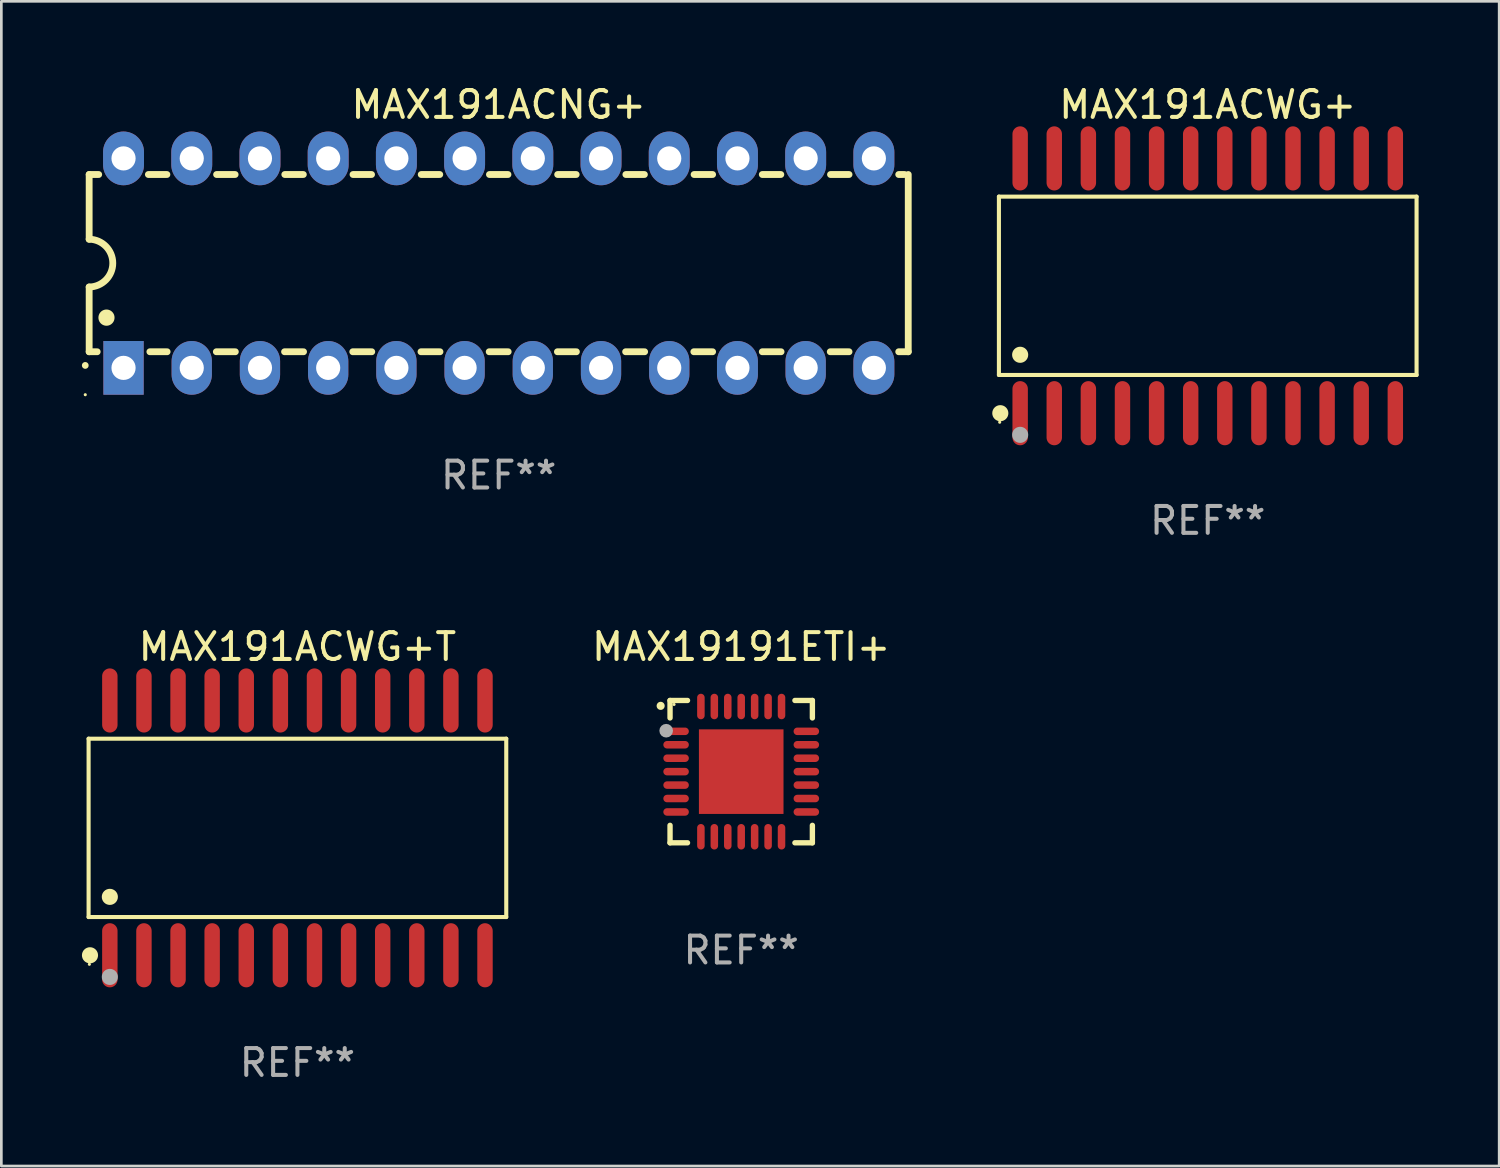
<source format=kicad_pcb>
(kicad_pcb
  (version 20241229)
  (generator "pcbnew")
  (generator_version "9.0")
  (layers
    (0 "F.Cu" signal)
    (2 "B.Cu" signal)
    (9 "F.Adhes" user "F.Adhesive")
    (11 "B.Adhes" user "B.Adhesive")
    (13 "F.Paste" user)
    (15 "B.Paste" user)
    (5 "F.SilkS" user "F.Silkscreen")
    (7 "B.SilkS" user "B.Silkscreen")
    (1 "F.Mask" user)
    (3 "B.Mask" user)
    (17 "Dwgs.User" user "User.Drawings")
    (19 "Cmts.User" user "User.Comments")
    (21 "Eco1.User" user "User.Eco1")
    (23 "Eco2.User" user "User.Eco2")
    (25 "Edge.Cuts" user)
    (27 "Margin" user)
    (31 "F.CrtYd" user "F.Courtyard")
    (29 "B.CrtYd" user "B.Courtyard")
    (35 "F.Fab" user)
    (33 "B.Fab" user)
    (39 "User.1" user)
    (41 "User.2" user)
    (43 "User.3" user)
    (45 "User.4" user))
  (footprint "MAX191ACWG+"
    (layer "F.Cu")
    (at 41.922 7.592)
    (property "Reference" "MAX191ACWG+" (at 0 -6.744 0) (layer "F.SilkS") (effects (font (size 1 1) (thickness 0.15))))
    (attr through_hole)
    (fp_line (start -7.776 -3.321) (end 7.776 -3.321) (stroke (width 0.152) (type solid)) (layer "F.SilkS"))
    (fp_line (start -7.776 3.321) (end -7.776 -3.321) (stroke (width 0.152) (type solid)) (layer "F.SilkS"))
    (fp_line (start 7.776 -3.321) (end 7.776 3.321) (stroke (width 0.152) (type solid)) (layer "F.SilkS"))
    (fp_line (start 7.776 3.321) (end -7.776 3.321) (stroke (width 0.152) (type solid)) (layer "F.SilkS"))
    (fp_circle (center -7.747 5.08) (end -7.717 5.08) (stroke (width 0.06) (type solid)) (fill no) (layer "F.SilkS"))
    (fp_circle (center -7.724 4.744) (end -7.574 4.744) (stroke (width 0.3) (type solid)) (fill no) (layer "F.SilkS"))
    (fp_circle (center -6.985 2.569) (end -6.835 2.569) (stroke (width 0.3) (type solid)) (fill no) (layer "F.SilkS"))
    (fp_circle (center -6.985 5.55) (end -6.835 5.55) (stroke (width 0.3) (type solid)) (fill no) (layer "F.Fab"))
    (fp_text user "REF**" (at 0 8.744 0) (layer "F.Fab") (effects (font (size 1 1) (thickness 0.15))))
    (pad "1" smd oval (at -6.985 4.744) (size 0.574 2.388) (layers "F.Cu" "F.Mask" "F.Paste"))
    (pad "2" smd oval (at -5.715 4.744) (size 0.574 2.388) (layers "F.Cu" "F.Mask" "F.Paste"))
    (pad "3" smd oval (at -4.445 4.744) (size 0.574 2.388) (layers "F.Cu" "F.Mask" "F.Paste"))
    (pad "4" smd oval (at -3.175 4.744) (size 0.574 2.388) (layers "F.Cu" "F.Mask" "F.Paste"))
    (pad "5" smd oval (at -1.905 4.744) (size 0.574 2.388) (layers "F.Cu" "F.Mask" "F.Paste"))
    (pad "6" smd oval (at -0.635 4.744) (size 0.574 2.388) (layers "F.Cu" "F.Mask" "F.Paste"))
    (pad "7" smd oval (at 0.635 4.744) (size 0.574 2.388) (layers "F.Cu" "F.Mask" "F.Paste"))
    (pad "8" smd oval (at 1.905 4.744) (size 0.574 2.388) (layers "F.Cu" "F.Mask" "F.Paste"))
    (pad "9" smd oval (at 3.175 4.744) (size 0.574 2.388) (layers "F.Cu" "F.Mask" "F.Paste"))
    (pad "10" smd oval (at 4.445 4.744) (size 0.574 2.388) (layers "F.Cu" "F.Mask" "F.Paste"))
    (pad "11" smd oval (at 5.715 4.744) (size 0.574 2.388) (layers "F.Cu" "F.Mask" "F.Paste"))
    (pad "12" smd oval (at 6.985 4.744) (size 0.574 2.388) (layers "F.Cu" "F.Mask" "F.Paste"))
    (pad "13" smd oval (at 6.985 -4.744) (size 0.574 2.388) (layers "F.Cu" "F.Mask" "F.Paste"))
    (pad "14" smd oval (at 5.715 -4.744) (size 0.574 2.388) (layers "F.Cu" "F.Mask" "F.Paste"))
    (pad "15" smd oval (at 4.445 -4.744) (size 0.574 2.388) (layers "F.Cu" "F.Mask" "F.Paste"))
    (pad "16" smd oval (at 3.175 -4.744) (size 0.574 2.388) (layers "F.Cu" "F.Mask" "F.Paste"))
    (pad "17" smd oval (at 1.905 -4.744) (size 0.574 2.388) (layers "F.Cu" "F.Mask" "F.Paste"))
    (pad "18" smd oval (at 0.635 -4.744) (size 0.574 2.388) (layers "F.Cu" "F.Mask" "F.Paste"))
    (pad "19" smd oval (at -0.635 -4.744) (size 0.574 2.388) (layers "F.Cu" "F.Mask" "F.Paste"))
    (pad "20" smd oval (at -1.905 -4.744) (size 0.574 2.388) (layers "F.Cu" "F.Mask" "F.Paste"))
    (pad "21" smd oval (at -3.175 -4.744) (size 0.574 2.388) (layers "F.Cu" "F.Mask" "F.Paste"))
    (pad "22" smd oval (at -4.445 -4.744) (size 0.574 2.388) (layers "F.Cu" "F.Mask" "F.Paste"))
    (pad "23" smd oval (at -5.715 -4.744) (size 0.574 2.388) (layers "F.Cu" "F.Mask" "F.Paste"))
    (pad "24" smd oval (at -6.985 -4.744) (size 0.574 2.388) (layers "F.Cu" "F.Mask" "F.Paste")))
  (footprint "MAX191ACWG+T"
    (layer "F.Cu")
    (at 8.025 27.777)
    (property "Reference" "MAX191ACWG+T" (at 0 -6.744 0) (layer "F.SilkS") (effects (font (size 1 1) (thickness 0.15))))
    (attr through_hole)
    (fp_line (start -7.776 -3.321) (end 7.776 -3.321) (stroke (width 0.152) (type solid)) (layer "F.SilkS"))
    (fp_line (start -7.776 3.321) (end -7.776 -3.321) (stroke (width 0.152) (type solid)) (layer "F.SilkS"))
    (fp_line (start 7.776 -3.321) (end 7.776 3.321) (stroke (width 0.152) (type solid)) (layer "F.SilkS"))
    (fp_line (start 7.776 3.321) (end -7.776 3.321) (stroke (width 0.152) (type solid)) (layer "F.SilkS"))
    (fp_circle (center -7.747 5.08) (end -7.717 5.08) (stroke (width 0.06) (type solid)) (fill no) (layer "F.SilkS"))
    (fp_circle (center -7.724 4.744) (end -7.574 4.744) (stroke (width 0.3) (type solid)) (fill no) (layer "F.SilkS"))
    (fp_circle (center -6.985 2.569) (end -6.835 2.569) (stroke (width 0.3) (type solid)) (fill no) (layer "F.SilkS"))
    (fp_circle (center -6.985 5.55) (end -6.835 5.55) (stroke (width 0.3) (type solid)) (fill no) (layer "F.Fab"))
    (fp_text user "REF**" (at 0 8.744 0) (layer "F.Fab") (effects (font (size 1 1) (thickness 0.15))))
    (pad "1" smd oval (at -6.985 4.744) (size 0.574 2.388) (layers "F.Cu" "F.Mask" "F.Paste"))
    (pad "2" smd oval (at -5.715 4.744) (size 0.574 2.388) (layers "F.Cu" "F.Mask" "F.Paste"))
    (pad "3" smd oval (at -4.445 4.744) (size 0.574 2.388) (layers "F.Cu" "F.Mask" "F.Paste"))
    (pad "4" smd oval (at -3.175 4.744) (size 0.574 2.388) (layers "F.Cu" "F.Mask" "F.Paste"))
    (pad "5" smd oval (at -1.905 4.744) (size 0.574 2.388) (layers "F.Cu" "F.Mask" "F.Paste"))
    (pad "6" smd oval (at -0.635 4.744) (size 0.574 2.388) (layers "F.Cu" "F.Mask" "F.Paste"))
    (pad "7" smd oval (at 0.635 4.744) (size 0.574 2.388) (layers "F.Cu" "F.Mask" "F.Paste"))
    (pad "8" smd oval (at 1.905 4.744) (size 0.574 2.388) (layers "F.Cu" "F.Mask" "F.Paste"))
    (pad "9" smd oval (at 3.175 4.744) (size 0.574 2.388) (layers "F.Cu" "F.Mask" "F.Paste"))
    (pad "10" smd oval (at 4.445 4.744) (size 0.574 2.388) (layers "F.Cu" "F.Mask" "F.Paste"))
    (pad "11" smd oval (at 5.715 4.744) (size 0.574 2.388) (layers "F.Cu" "F.Mask" "F.Paste"))
    (pad "12" smd oval (at 6.985 4.744) (size 0.574 2.388) (layers "F.Cu" "F.Mask" "F.Paste"))
    (pad "13" smd oval (at 6.985 -4.744) (size 0.574 2.388) (layers "F.Cu" "F.Mask" "F.Paste"))
    (pad "14" smd oval (at 5.715 -4.744) (size 0.574 2.388) (layers "F.Cu" "F.Mask" "F.Paste"))
    (pad "15" smd oval (at 4.445 -4.744) (size 0.574 2.388) (layers "F.Cu" "F.Mask" "F.Paste"))
    (pad "16" smd oval (at 3.175 -4.744) (size 0.574 2.388) (layers "F.Cu" "F.Mask" "F.Paste"))
    (pad "17" smd oval (at 1.905 -4.744) (size 0.574 2.388) (layers "F.Cu" "F.Mask" "F.Paste"))
    (pad "18" smd oval (at 0.635 -4.744) (size 0.574 2.388) (layers "F.Cu" "F.Mask" "F.Paste"))
    (pad "19" smd oval (at -0.635 -4.744) (size 0.574 2.388) (layers "F.Cu" "F.Mask" "F.Paste"))
    (pad "20" smd oval (at -1.905 -4.744) (size 0.574 2.388) (layers "F.Cu" "F.Mask" "F.Paste"))
    (pad "21" smd oval (at -3.175 -4.744) (size 0.574 2.388) (layers "F.Cu" "F.Mask" "F.Paste"))
    (pad "22" smd oval (at -4.445 -4.744) (size 0.574 2.388) (layers "F.Cu" "F.Mask" "F.Paste"))
    (pad "23" smd oval (at -5.715 -4.744) (size 0.574 2.388) (layers "F.Cu" "F.Mask" "F.Paste"))
    (pad "24" smd oval (at -6.985 -4.744) (size 0.574 2.388) (layers "F.Cu" "F.Mask" "F.Paste")))
  (footprint "MAX19191ETI+"
    (layer "F.Cu")
    (at 24.55 25.683)
    (property "Reference" "MAX19191ETI+" (at 0 -4.65 0) (layer "F.SilkS") (effects (font (size 1 1) (thickness 0.15))))
    (attr through_hole)
    (fp_line (start -2.65 -2.65) (end -2 -2.65) (stroke (width 0.2) (type solid)) (layer "F.SilkS"))
    (fp_line (start -2.65 -2) (end -2.65 -2.65) (stroke (width 0.2) (type solid)) (layer "F.SilkS"))
    (fp_line (start -2.65 2) (end -2.65 2.65) (stroke (width 0.2) (type solid)) (layer "F.SilkS"))
    (fp_line (start -2.65 2.65) (end -2 2.65) (stroke (width 0.2) (type solid)) (layer "F.SilkS"))
    (fp_line (start 2 2.65) (end 2.65 2.65) (stroke (width 0.2) (type solid)) (layer "F.SilkS"))
    (fp_line (start 2.65 -2.65) (end 2 -2.65) (stroke (width 0.2) (type solid)) (layer "F.SilkS"))
    (fp_line (start 2.65 -2) (end 2.65 -2.65) (stroke (width 0.2) (type solid)) (layer "F.SilkS"))
    (fp_line (start 2.65 2.65) (end 2.65 2) (stroke (width 0.2) (type solid)) (layer "F.SilkS"))
    (fp_arc (start -2.999746 -2.448565) (mid -2.999751 -2.449835) (end -2.999746 -2.451105) (stroke (width 0.3) (type solid)) (layer "F.SilkS"))
    (fp_circle (center -2.501 -2.501) (end -2.471 -2.501) (stroke (width 0.06) (type solid)) (fill no) (layer "F.SilkS"))
    (fp_circle (center -2.794 -1.524) (end -2.667 -1.524) (stroke (width 0.254) (type solid)) (fill no) (layer "F.Fab"))
    (fp_text user "REF**" (at 0 6.65 0) (layer "F.Fab") (effects (font (size 1 1) (thickness 0.15))))
    (pad "1" smd oval (at -2.425 -1.501) (size 0.95 0.28) (layers "F.Cu" "F.Mask" "F.Paste"))
    (pad "2" smd oval (at -2.425 -1.001) (size 0.95 0.28) (layers "F.Cu" "F.Mask" "F.Paste"))
    (pad "3" smd oval (at -2.425 -0.5) (size 0.95 0.28) (layers "F.Cu" "F.Mask" "F.Paste"))
    (pad "4" smd oval (at -2.425 0.000127) (size 0.95 0.28) (layers "F.Cu" "F.Mask" "F.Paste"))
    (pad "5" smd oval (at -2.425 0.501) (size 0.95 0.28) (layers "F.Cu" "F.Mask" "F.Paste"))
    (pad "6" smd oval (at -2.425 1.001) (size 0.95 0.28) (layers "F.Cu" "F.Mask" "F.Paste"))
    (pad "7" smd oval (at -2.425 1.501) (size 0.95 0.28) (layers "F.Cu" "F.Mask" "F.Paste"))
    (pad "8" smd oval (at -1.501 2.425) (size 0.28 0.95) (layers "F.Cu" "F.Mask" "F.Paste"))
    (pad "9" smd oval (at -1.001 2.425) (size 0.28 0.95) (layers "F.Cu" "F.Mask" "F.Paste"))
    (pad "10" smd oval (at -0.5 2.425) (size 0.28 0.95) (layers "F.Cu" "F.Mask" "F.Paste"))
    (pad "11" smd oval (at 0.000025 2.425) (size 0.28 0.95) (layers "F.Cu" "F.Mask" "F.Paste"))
    (pad "12" smd oval (at 0.5 2.425) (size 0.28 0.95) (layers "F.Cu" "F.Mask" "F.Paste"))
    (pad "13" smd oval (at 1.001 2.425) (size 0.28 0.95) (layers "F.Cu" "F.Mask" "F.Paste"))
    (pad "14" smd oval (at 1.501 2.425) (size 0.28 0.95) (layers "F.Cu" "F.Mask" "F.Paste"))
    (pad "15" smd oval (at 2.425 1.501) (size 0.95 0.28) (layers "F.Cu" "F.Mask" "F.Paste"))
    (pad "16" smd oval (at 2.425 1.001) (size 0.95 0.28) (layers "F.Cu" "F.Mask" "F.Paste"))
    (pad "17" smd oval (at 2.425 0.501) (size 0.95 0.28) (layers "F.Cu" "F.Mask" "F.Paste"))
    (pad "18" smd oval (at 2.425 0.000127) (size 0.95 0.28) (layers "F.Cu" "F.Mask" "F.Paste"))
    (pad "19" smd oval (at 2.425 -0.5) (size 0.95 0.28) (layers "F.Cu" "F.Mask" "F.Paste"))
    (pad "20" smd oval (at 2.425 -1.001) (size 0.95 0.28) (layers "F.Cu" "F.Mask" "F.Paste"))
    (pad "21" smd oval (at 2.425 -1.501) (size 0.95 0.28) (layers "F.Cu" "F.Mask" "F.Paste"))
    (pad "22" smd oval (at 1.501 -2.425) (size 0.28 0.95) (layers "F.Cu" "F.Mask" "F.Paste"))
    (pad "23" smd oval (at 1.001 -2.425) (size 0.28 0.95) (layers "F.Cu" "F.Mask" "F.Paste"))
    (pad "24" smd oval (at 0.5 -2.425) (size 0.28 0.95) (layers "F.Cu" "F.Mask" "F.Paste"))
    (pad "25" smd oval (at 0.000025 -2.425) (size 0.28 0.95) (layers "F.Cu" "F.Mask" "F.Paste"))
    (pad "26" smd oval (at -0.5 -2.425) (size 0.28 0.95) (layers "F.Cu" "F.Mask" "F.Paste"))
    (pad "27" smd oval (at -1.001 -2.425) (size 0.28 0.95) (layers "F.Cu" "F.Mask" "F.Paste"))
    (pad "28" smd oval (at -1.501 -2.425) (size 0.28 0.95) (layers "F.Cu" "F.Mask" "F.Paste"))
    (pad "29" smd rect (at 0.000025 0.000127) (size 3.15 3.15) (layers "F.Cu" "F.Mask" "F.Paste")))
  (footprint "MAX191ACNG+"
    (layer "F.Cu")
    (at 15.52 6.748)
    (property "Reference" "MAX191ACNG+" (at 0 -5.9 0) (layer "F.SilkS") (effects (font (size 1 1) (thickness 0.15))))
    (attr through_hole)
    (fp_line (start -15.25 -3.3) (end -15.25 -0.889) (stroke (width 0.254) (type solid)) (layer "F.SilkS"))
    (fp_line (start -15.25 -3.3) (end -14.895 -3.3) (stroke (width 0.254) (type solid)) (layer "F.SilkS"))
    (fp_line (start -15.25 3.3) (end -15.25 0.889) (stroke (width 0.254) (type solid)) (layer "F.SilkS"))
    (fp_line (start -15.25 3.3) (end -14.951 3.3) (stroke (width 0.254) (type solid)) (layer "F.SilkS"))
    (fp_line (start -13.045 -3.3) (end -12.355 -3.3) (stroke (width 0.254) (type solid)) (layer "F.SilkS"))
    (fp_line (start -12.989 3.3) (end -12.347 3.3) (stroke (width 0.254) (type solid)) (layer "F.SilkS"))
    (fp_line (start -10.514 3.3) (end -9.807 3.3) (stroke (width 0.254) (type solid)) (layer "F.SilkS"))
    (fp_line (start -10.505 -3.3) (end -9.815 -3.3) (stroke (width 0.254) (type solid)) (layer "F.SilkS"))
    (fp_line (start -7.974 3.3) (end -7.267 3.3) (stroke (width 0.254) (type solid)) (layer "F.SilkS"))
    (fp_line (start -7.965 -3.3) (end -7.275 -3.3) (stroke (width 0.254) (type solid)) (layer "F.SilkS"))
    (fp_line (start -5.434 3.3) (end -4.727 3.3) (stroke (width 0.254) (type solid)) (layer "F.SilkS"))
    (fp_line (start -5.425 -3.3) (end -4.735 -3.3) (stroke (width 0.254) (type solid)) (layer "F.SilkS"))
    (fp_line (start -2.894 3.3) (end -2.187 3.3) (stroke (width 0.254) (type solid)) (layer "F.SilkS"))
    (fp_line (start -2.885 -3.3) (end -2.195 -3.3) (stroke (width 0.254) (type solid)) (layer "F.SilkS"))
    (fp_line (start -0.354 3.3) (end 0.353 3.3) (stroke (width 0.254) (type solid)) (layer "F.SilkS"))
    (fp_line (start -0.345 -3.3) (end 0.345 -3.3) (stroke (width 0.254) (type solid)) (layer "F.SilkS"))
    (fp_line (start 2.186 3.3) (end 2.893 3.3) (stroke (width 0.254) (type solid)) (layer "F.SilkS"))
    (fp_line (start 2.195 -3.3) (end 2.885 -3.3) (stroke (width 0.254) (type solid)) (layer "F.SilkS"))
    (fp_line (start 4.726 3.3) (end 5.434 3.3) (stroke (width 0.254) (type solid)) (layer "F.SilkS"))
    (fp_line (start 4.735 -3.3) (end 5.425 -3.3) (stroke (width 0.254) (type solid)) (layer "F.SilkS"))
    (fp_line (start 7.266 3.3) (end 7.965 3.3) (stroke (width 0.254) (type solid)) (layer "F.SilkS"))
    (fp_line (start 7.275 -3.3) (end 7.965 -3.3) (stroke (width 0.254) (type solid)) (layer "F.SilkS"))
    (fp_line (start 9.815 -3.3) (end 10.505 -3.3) (stroke (width 0.254) (type solid)) (layer "F.SilkS"))
    (fp_line (start 9.815 3.3) (end 10.514 3.3) (stroke (width 0.254) (type solid)) (layer "F.SilkS"))
    (fp_line (start 12.346 3.3) (end 13.045 3.3) (stroke (width 0.254) (type solid)) (layer "F.SilkS"))
    (fp_line (start 12.355 -3.3) (end 13.045 -3.3) (stroke (width 0.254) (type solid)) (layer "F.SilkS"))
    (fp_line (start 14.895 -3.3) (end 15.113 -3.3) (stroke (width 0.254) (type solid)) (layer "F.SilkS"))
    (fp_line (start 14.895 3.3) (end 15.25 3.3) (stroke (width 0.254) (type solid)) (layer "F.SilkS"))
    (fp_line (start 15.25 -3.3) (end 15.25 3.3) (stroke (width 0.254) (type solid)) (layer "F.SilkS"))
    (fp_arc (start -15.394971 3.810033) (mid -15.394978 3.808763) (end -15.394971 3.807493) (stroke (width 0.25) (type solid)) (layer "F.SilkS"))
    (fp_arc (start -15.251053 -0.890146) (mid -14.361467 -0.001067) (end -15.250038 0.889027) (stroke (width 0.254001) (type solid)) (layer "F.SilkS"))
    (fp_arc (start -14.605029 2.032029) (mid -14.60504 2.029489) (end -14.605029 2.026949) (stroke (width 0.6) (type solid)) (layer "F.SilkS"))
    (fp_circle (center -15.395 4.9) (end -15.365 4.9) (stroke (width 0.06) (type solid)) (fill no) (layer "F.SilkS"))
    (fp_text user "REF**" (at 0 7.9 0) (layer "F.Fab") (effects (font (size 1 1) (thickness 0.15))))
    (pad "1" thru_hole rect (at -13.97 3.9 90) (size 2 1.5) (drill 0.9) (layers "*.Cu" "*.Mask"))
    (pad "2" thru_hole oval (at -11.43 3.9 90) (size 2 1.5) (drill 0.9) (layers "*.Cu" "*.Mask"))
    (pad "3" thru_hole oval (at -8.89 3.9 90) (size 2 1.5) (drill 0.9) (layers "*.Cu" "*.Mask"))
    (pad "4" thru_hole oval (at -6.35 3.9 90) (size 2 1.5) (drill 0.9) (layers "*.Cu" "*.Mask"))
    (pad "5" thru_hole oval (at -3.81 3.9 90) (size 2 1.5) (drill 0.9) (layers "*.Cu" "*.Mask"))
    (pad "6" thru_hole oval (at -1.27 3.9 90) (size 2 1.5) (drill 0.9) (layers "*.Cu" "*.Mask"))
    (pad "7" thru_hole oval (at 1.27 3.9 90) (size 2 1.5) (drill 0.9) (layers "*.Cu" "*.Mask"))
    (pad "8" thru_hole oval (at 3.81 3.9 90) (size 2 1.5) (drill 0.9) (layers "*.Cu" "*.Mask"))
    (pad "9" thru_hole oval (at 6.35 3.9 90) (size 2 1.5) (drill 0.9) (layers "*.Cu" "*.Mask"))
    (pad "10" thru_hole oval (at 8.89 3.9 90) (size 2 1.524) (drill 0.9) (layers "*.Cu" "*.Mask"))
    (pad "11" thru_hole oval (at 11.43 3.9 90) (size 2 1.5) (drill 0.9) (layers "*.Cu" "*.Mask"))
    (pad "12" thru_hole oval (at 13.97 3.9 90) (size 2 1.524) (drill 0.9) (layers "*.Cu" "*.Mask"))
    (pad "13" thru_hole oval (at 13.97 -3.9 90) (size 2 1.524) (drill 0.9) (layers "*.Cu" "*.Mask"))
    (pad "14" thru_hole oval (at 11.43 -3.9 90) (size 2 1.524) (drill 0.9) (layers "*.Cu" "*.Mask"))
    (pad "15" thru_hole oval (at 8.89 -3.9 90) (size 2 1.524) (drill 0.9) (layers "*.Cu" "*.Mask"))
    (pad "16" thru_hole oval (at 6.35 -3.9 90) (size 2 1.524) (drill 0.9) (layers "*.Cu" "*.Mask"))
    (pad "17" thru_hole oval (at 3.81 -3.9 90) (size 2 1.524) (drill 0.9) (layers "*.Cu" "*.Mask"))
    (pad "18" thru_hole oval (at 1.27 -3.9 90) (size 2 1.524) (drill 0.9) (layers "*.Cu" "*.Mask"))
    (pad "19" thru_hole oval (at -1.27 -3.9 90) (size 2 1.524) (drill 0.9) (layers "*.Cu" "*.Mask"))
    (pad "20" thru_hole oval (at -3.81 -3.9 90) (size 2 1.524) (drill 0.9) (layers "*.Cu" "*.Mask"))
    (pad "21" thru_hole oval (at -6.35 -3.9 90) (size 2 1.524) (drill 0.9) (layers "*.Cu" "*.Mask"))
    (pad "22" thru_hole oval (at -8.89 -3.9 90) (size 2 1.524) (drill 0.9) (layers "*.Cu" "*.Mask"))
    (pad "23" thru_hole oval (at -11.43 -3.9 90) (size 2 1.524) (drill 0.9) (layers "*.Cu" "*.Mask"))
    (pad "24" thru_hole oval (at -13.97 -3.9 90) (size 2 1.524) (drill 0.9) (layers "*.Cu" "*.Mask")))
  (gr_rect
    (start -3 -3)
    (end 52.774 40.369)
    (stroke (width 0.1) (type default))
    (fill no)
    (layer "Edge.Cuts")))
</source>
